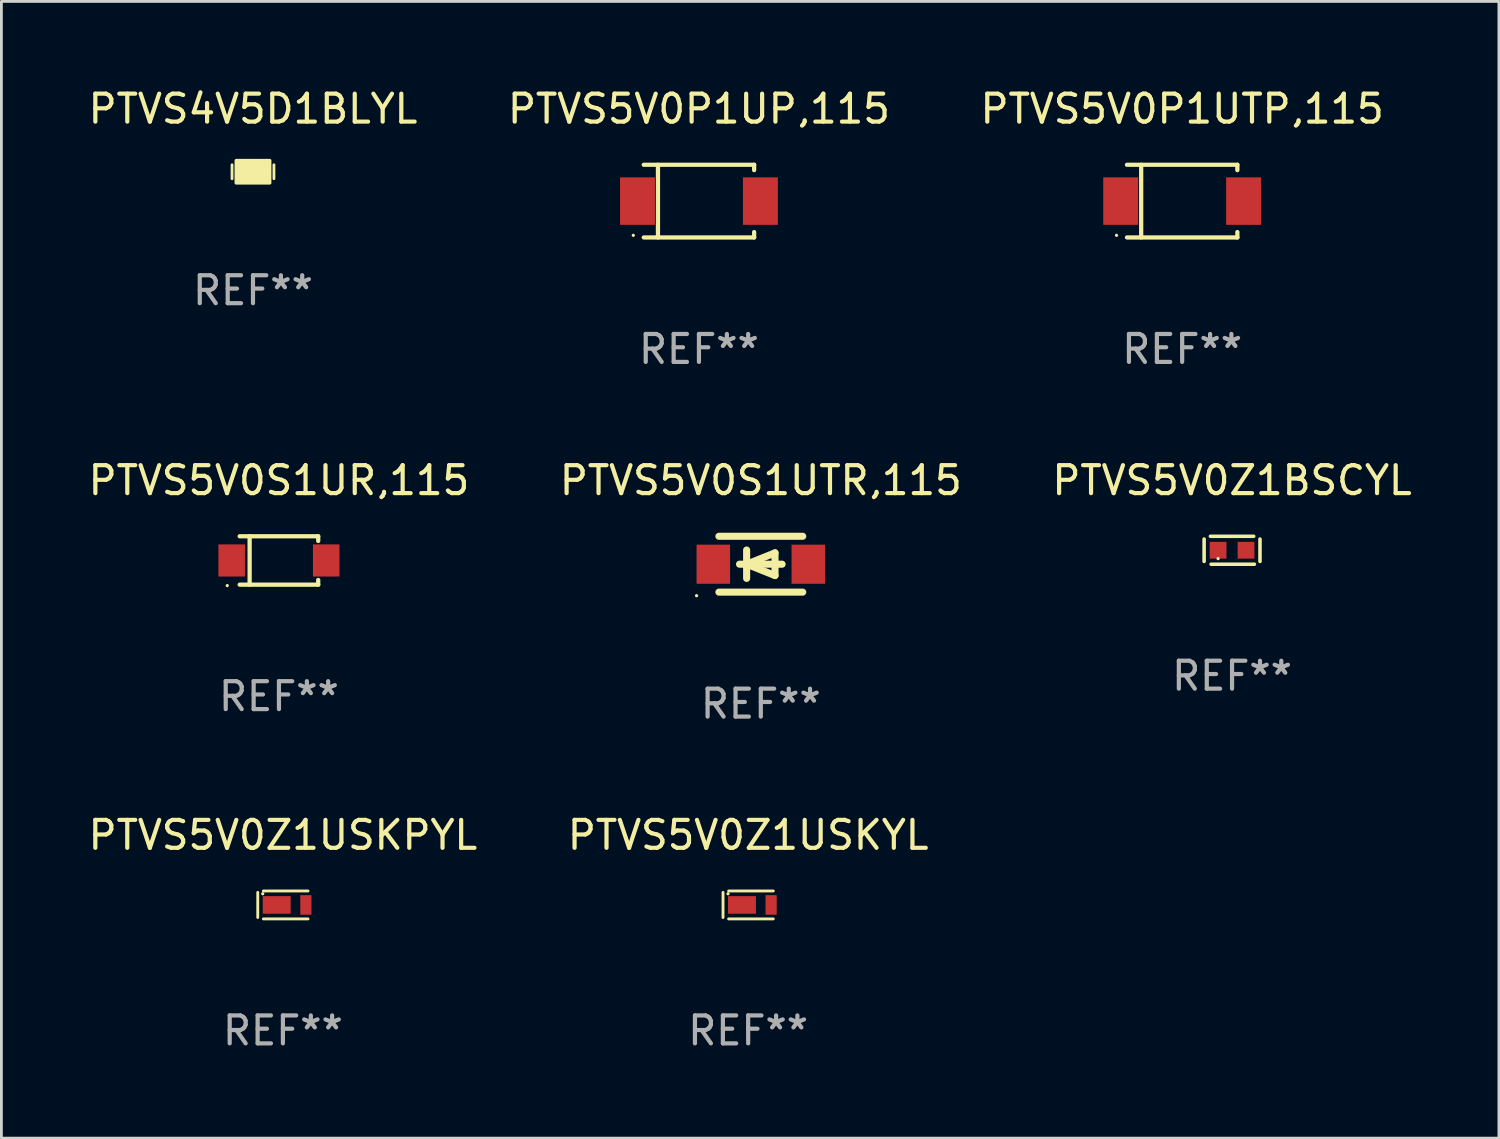
<source format=kicad_pcb>
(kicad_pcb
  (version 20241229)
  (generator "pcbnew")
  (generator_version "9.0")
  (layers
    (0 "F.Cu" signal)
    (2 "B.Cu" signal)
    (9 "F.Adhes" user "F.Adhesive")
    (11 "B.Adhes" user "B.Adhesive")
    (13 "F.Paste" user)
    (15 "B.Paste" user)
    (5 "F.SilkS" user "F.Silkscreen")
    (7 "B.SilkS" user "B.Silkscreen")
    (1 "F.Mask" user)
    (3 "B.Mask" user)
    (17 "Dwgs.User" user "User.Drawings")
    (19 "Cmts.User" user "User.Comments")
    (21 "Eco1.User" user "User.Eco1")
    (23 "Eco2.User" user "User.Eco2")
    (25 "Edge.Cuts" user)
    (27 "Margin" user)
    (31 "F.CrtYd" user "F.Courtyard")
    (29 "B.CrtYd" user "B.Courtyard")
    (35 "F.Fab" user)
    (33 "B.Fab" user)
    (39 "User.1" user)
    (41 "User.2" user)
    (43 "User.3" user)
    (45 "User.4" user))
  (footprint "PTVS5V0S1UR,115"
    (layer "F.Cu")
    (at 6.935 17.013)
    (property "Reference" "PTVS5V0S1UR,115" (at 0 -2.866 0) (layer "F.SilkS") (effects (font (size 1 1) (thickness 0.15))))
    (attr through_hole)
    (fp_line (start -1.406 -0.866) (end 1.406 -0.866) (stroke (width 0.152) (type solid)) (layer "F.SilkS"))
    (fp_line (start -1.406 0.866) (end 1.406 0.866) (stroke (width 0.152) (type solid)) (layer "F.SilkS"))
    (fp_line (start -1.049 -0.866) (end -1.049 0.866) (stroke (width 0.152) (type solid)) (layer "F.SilkS"))
    (fp_line (start 1.406 -0.866) (end 1.406 -0.698) (stroke (width 0.152) (type solid)) (layer "F.SilkS"))
    (fp_line (start 1.406 0.866) (end 1.406 0.698) (stroke (width 0.152) (type solid)) (layer "F.SilkS"))
    (fp_circle (center -1.851 0.9) (end -1.821 0.9) (stroke (width 0.06) (type solid)) (fill no) (layer "F.SilkS"))
    (fp_text user "REF**" (at 0 4.866 0) (layer "F.Fab") (effects (font (size 1 1) (thickness 0.15))))
    (pad "1" smd rect (at -1.692 0) (size 0.95 1.15) (layers "F.Cu" "F.Mask" "F.Paste"))
    (pad "2" smd rect (at 1.692 0) (size 0.95 1.15) (layers "F.Cu" "F.Mask" "F.Paste")))
  (footprint "PTVS4V5D1BLYL"
    (layer "F.Cu")
    (at 6.006 3.098)
    (property "Reference" "PTVS4V5D1BLYL" (at 0 -2.25 0) (layer "F.SilkS") (effects (font (size 1 1) (thickness 0.15))))
    (attr through_hole)
    (fp_line (start -0.75 0.25) (end -0.75 -0.25) (stroke (width 0.1) (type solid)) (layer "F.SilkS"))
    (fp_line (start 0.75 -0.25) (end 0.75 0.25) (stroke (width 0.1) (type solid)) (layer "F.SilkS"))
    (fp_circle (center -0.5 0.3) (end -0.47 0.3) (stroke (width 0.06) (type solid)) (fill no) (layer "F.SilkS"))
    (fp_poly (pts (xy -0.6 -0.4) (xy 0.6 -0.4) (xy 0.6 0.4) (xy -0.6 0.4)) (stroke (width 0.12) (type solid)) (fill yes) (layer "F.SilkS"))
    (fp_text user "REF**" (at 0 4.25 0) (layer "F.Fab") (effects (font (size 1 1) (thickness 0.15))))
    (pad "1" smd rect (at -0.325 -0.000013) (size 0.3 0.6) (layers "F.Cu" "F.Mask" "F.Paste"))
    (pad "2" smd rect (at 0.325 -0.000013) (size 0.3 0.6) (layers "F.Cu" "F.Mask" "F.Paste")))
  (footprint "PTVS5V0Z1BSCYL"
    (layer "F.Cu")
    (at 41.054 16.647)
    (property "Reference" "PTVS5V0Z1BSCYL" (at 0 -2.5 0) (layer "F.SilkS") (effects (font (size 1 1) (thickness 0.15))))
    (attr through_hole)
    (fp_line (start -1 -0.4) (end -1 0.4) (stroke (width 0.127) (type solid)) (layer "F.SilkS"))
    (fp_line (start -0.775 -0.5) (end 0.775 -0.5) (stroke (width 0.127) (type solid)) (layer "F.SilkS"))
    (fp_line (start -0.75 0.5) (end 0.8 0.5) (stroke (width 0.127) (type solid)) (layer "F.SilkS"))
    (fp_line (start 1 -0.4) (end 1 0.4) (stroke (width 0.127) (type solid)) (layer "F.SilkS"))
    (fp_circle (center -0.5 0.3) (end -0.47 0.3) (stroke (width 0.06) (type solid)) (fill no) (layer "F.SilkS"))
    (fp_text user "REF**" (at 0 4.5 0) (layer "F.Fab") (effects (font (size 1 1) (thickness 0.15))))
    (pad "1" smd rect (at -0.5 0) (size 0.6 0.6) (layers "F.Cu" "F.Mask" "F.Paste"))
    (pad "2" smd rect (at 0.5 0) (size 0.6 0.6) (layers "F.Cu" "F.Mask" "F.Paste")))
  (footprint "PTVS5V0P1UTP,115"
    (layer "F.Cu")
    (at 39.268 4.149)
    (property "Reference" "PTVS5V0P1UTP,115" (at 0 -3.301 0) (layer "F.SilkS") (effects (font (size 1 1) (thickness 0.15))))
    (attr through_hole)
    (fp_line (start -1.976 -1.301) (end 1.976 -1.301) (stroke (width 0.152) (type solid)) (layer "F.SilkS"))
    (fp_line (start -1.976 1.301) (end 1.976 1.301) (stroke (width 0.152) (type solid)) (layer "F.SilkS"))
    (fp_line (start -1.467 -1.301) (end -1.467 1.301) (stroke (width 0.152) (type solid)) (layer "F.SilkS"))
    (fp_line (start 1.976 -1.301) (end 1.976 -1.108) (stroke (width 0.152) (type solid)) (layer "F.SilkS"))
    (fp_line (start 1.976 1.301) (end 1.976 1.108) (stroke (width 0.152) (type solid)) (layer "F.SilkS"))
    (fp_circle (center -2.35 1.225) (end -2.32 1.225) (stroke (width 0.06) (type solid)) (fill no) (layer "F.SilkS"))
    (fp_text user "REF**" (at 0 5.301 0) (layer "F.Fab") (effects (font (size 1 1) (thickness 0.15))))
    (pad "1" smd rect (at -2.2 0 180) (size 1.25 1.7) (layers "F.Cu" "F.Mask" "F.Paste"))
    (pad "2" smd rect (at 2.2 0 180) (size 1.25 1.7) (layers "F.Cu" "F.Mask" "F.Paste")))
  (footprint "PTVS5V0S1UTR,115"
    (layer "F.Cu")
    (at 24.185 17.147)
    (property "Reference" "PTVS5V0S1UTR,115" (at 0 -3 0) (layer "F.SilkS") (effects (font (size 1 1) (thickness 0.15))))
    (attr through_hole)
    (fp_line (start -1.5 -1) (end 1.5 -1) (stroke (width 0.254) (type solid)) (layer "F.SilkS"))
    (fp_line (start -1.5 1) (end 1.5 1) (stroke (width 0.254) (type solid)) (layer "F.SilkS"))
    (fp_line (start -0.762 0) (end 0.762 0) (stroke (width 0.254) (type solid)) (layer "F.SilkS"))
    (fp_line (start -0.508 -0.508) (end -0.508 0.508) (stroke (width 0.254) (type solid)) (layer "F.SilkS"))
    (fp_line (start -0.508 0) (end 0.508 -0.406) (stroke (width 0.254) (type solid)) (layer "F.SilkS"))
    (fp_line (start 0.508 -0.406) (end 0.508 0.406) (stroke (width 0.254) (type solid)) (layer "F.SilkS"))
    (fp_line (start 0.508 0.406) (end -0.508 0) (stroke (width 0.254) (type solid)) (layer "F.SilkS"))
    (fp_circle (center -2.3 1.127) (end -2.27 1.127) (stroke (width 0.06) (type solid)) (fill no) (layer "F.SilkS"))
    (fp_text user "REF**" (at 0 5 0) (layer "F.Fab") (effects (font (size 1 1) (thickness 0.15))))
    (pad "1" smd rect (at -1.7 0) (size 1.2 1.4) (layers "F.Cu" "F.Mask" "F.Paste"))
    (pad "2" smd rect (at 1.7 0) (size 1.2 1.4) (layers "F.Cu" "F.Mask" "F.Paste")))
  (footprint "PTVS5V0Z1USKYL"
    (layer "F.Cu")
    (at 23.732 29.344)
    (property "Reference" "PTVS5V0Z1USKYL" (at 0 -2.5 0) (layer "F.SilkS") (effects (font (size 1 1) (thickness 0.15))))
    (attr through_hole)
    (fp_line (start -0.9 -0.45) (end -0.9 0.45) (stroke (width 0.102) (type solid)) (layer "F.SilkS"))
    (fp_line (start -0.7 -0.5) (end 0.9 -0.5) (stroke (width 0.102) (type solid)) (layer "F.SilkS"))
    (fp_line (start -0.7 0.5) (end 0.9 0.5) (stroke (width 0.102) (type solid)) (layer "F.SilkS"))
    (fp_circle (center -0.722 -0.4) (end -0.692 -0.4) (stroke (width 0.06) (type solid)) (fill no) (layer "F.SilkS"))
    (fp_text user "REF**" (at 0 4.5 0) (layer "F.Fab") (effects (font (size 1 1) (thickness 0.15))))
    (pad "1" smd rect (at -0.222 -0.000025 180) (size 1 0.63) (layers "F.Cu" "F.Mask" "F.Paste"))
    (pad "2" smd rect (at 0.822 -0.000025 180) (size 0.4 0.7) (layers "F.Cu" "F.Mask" "F.Paste")))
  (footprint "PTVS5V0Z1USKPYL"
    (layer "F.Cu")
    (at 7.077 29.344)
    (property "Reference" "PTVS5V0Z1USKPYL" (at 0 -2.5 0) (layer "F.SilkS") (effects (font (size 1 1) (thickness 0.15))))
    (attr through_hole)
    (fp_line (start -0.9 -0.45) (end -0.9 0.45) (stroke (width 0.102) (type solid)) (layer "F.SilkS"))
    (fp_line (start -0.7 -0.5) (end 0.9 -0.5) (stroke (width 0.102) (type solid)) (layer "F.SilkS"))
    (fp_line (start -0.7 0.5) (end 0.9 0.5) (stroke (width 0.102) (type solid)) (layer "F.SilkS"))
    (fp_circle (center -0.722 -0.4) (end -0.692 -0.4) (stroke (width 0.06) (type solid)) (fill no) (layer "F.SilkS"))
    (fp_text user "REF**" (at 0 4.5 0) (layer "F.Fab") (effects (font (size 1 1) (thickness 0.15))))
    (pad "1" smd rect (at -0.222 -0.000025 180) (size 1 0.63) (layers "F.Cu" "F.Mask" "F.Paste"))
    (pad "2" smd rect (at 0.822 -0.000025 180) (size 0.4 0.7) (layers "F.Cu" "F.Mask" "F.Paste")))
  (footprint "PTVS5V0P1UP,115"
    (layer "F.Cu")
    (at 21.97 4.149)
    (property "Reference" "PTVS5V0P1UP,115" (at 0 -3.301 0) (layer "F.SilkS") (effects (font (size 1 1) (thickness 0.15))))
    (attr through_hole)
    (fp_line (start -1.976 -1.301) (end 1.976 -1.301) (stroke (width 0.152) (type solid)) (layer "F.SilkS"))
    (fp_line (start -1.976 1.301) (end 1.976 1.301) (stroke (width 0.152) (type solid)) (layer "F.SilkS"))
    (fp_line (start -1.467 -1.301) (end -1.467 1.301) (stroke (width 0.152) (type solid)) (layer "F.SilkS"))
    (fp_line (start 1.976 -1.301) (end 1.976 -1.108) (stroke (width 0.152) (type solid)) (layer "F.SilkS"))
    (fp_line (start 1.976 1.301) (end 1.976 1.108) (stroke (width 0.152) (type solid)) (layer "F.SilkS"))
    (fp_circle (center -2.35 1.225) (end -2.32 1.225) (stroke (width 0.06) (type solid)) (fill no) (layer "F.SilkS"))
    (fp_text user "REF**" (at 0 5.301 0) (layer "F.Fab") (effects (font (size 1 1) (thickness 0.15))))
    (pad "1" smd rect (at -2.2 0 180) (size 1.25 1.7) (layers "F.Cu" "F.Mask" "F.Paste"))
    (pad "2" smd rect (at 2.2 0 180) (size 1.25 1.7) (layers "F.Cu" "F.Mask" "F.Paste")))
  (gr_rect
    (start -3 -3)
    (end 50.607 37.692)
    (stroke (width 0.1) (type default))
    (fill no)
    (layer "Edge.Cuts")))
</source>
